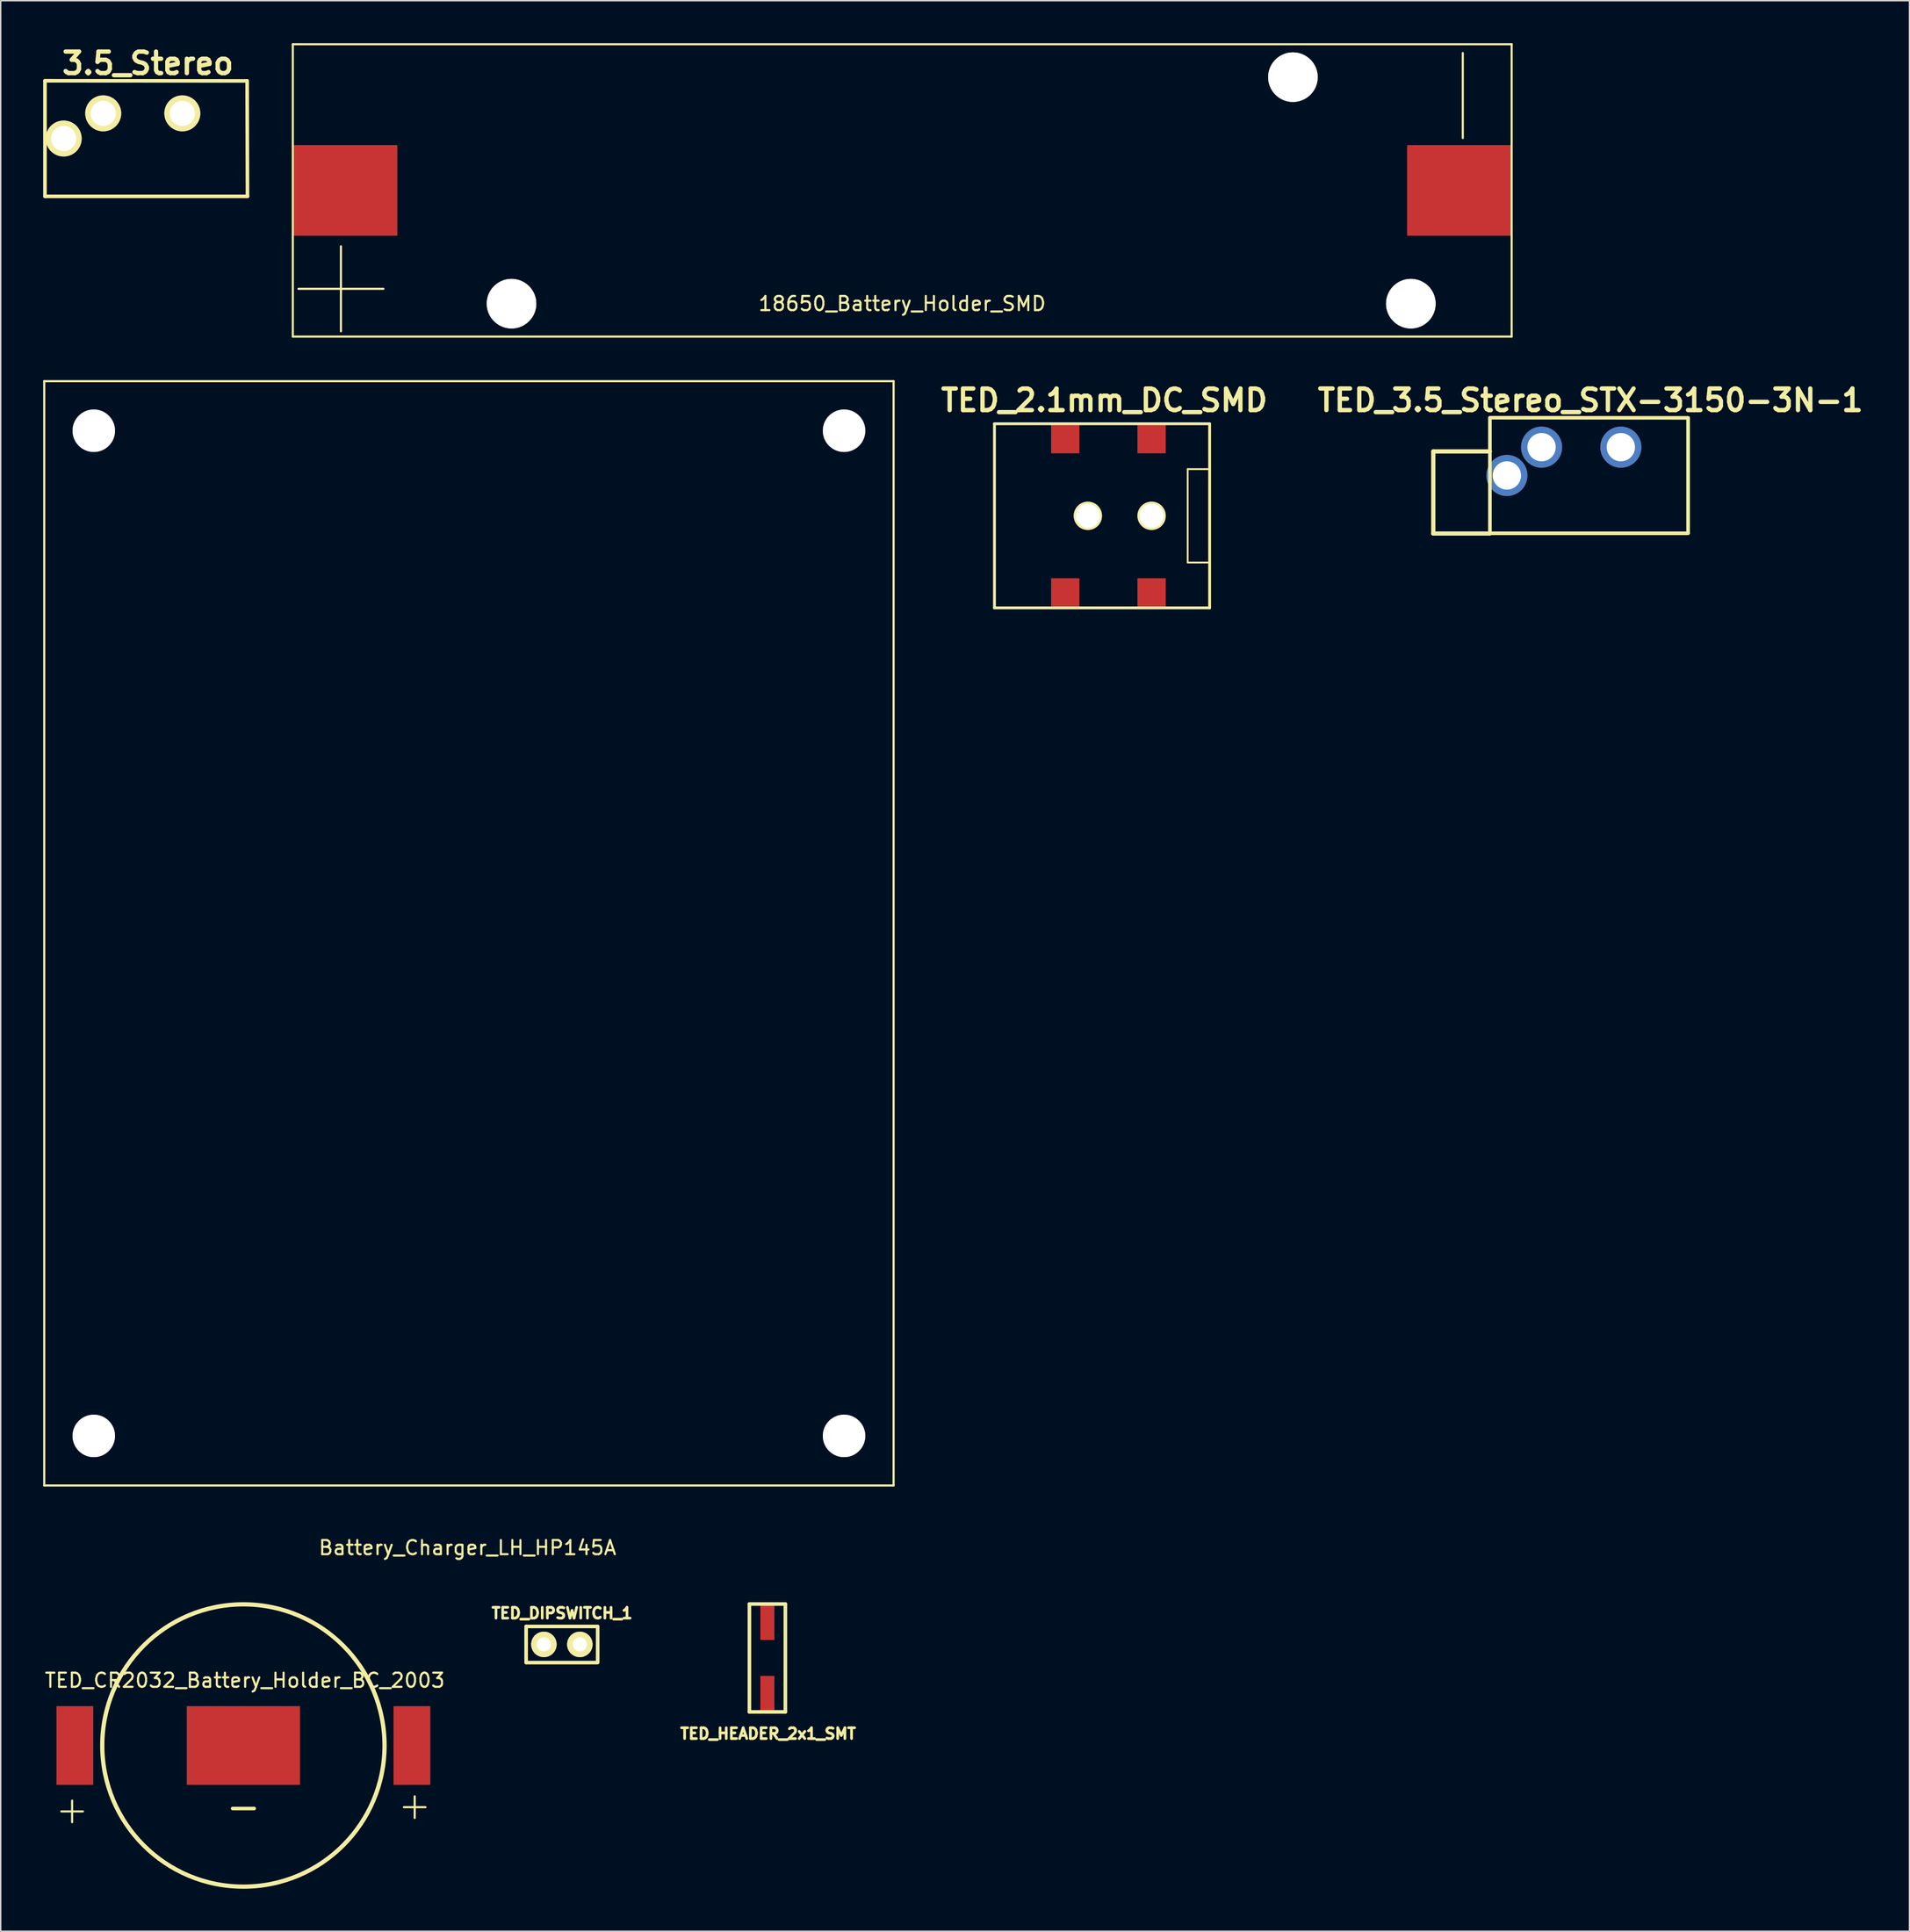
<source format=kicad_pcb>
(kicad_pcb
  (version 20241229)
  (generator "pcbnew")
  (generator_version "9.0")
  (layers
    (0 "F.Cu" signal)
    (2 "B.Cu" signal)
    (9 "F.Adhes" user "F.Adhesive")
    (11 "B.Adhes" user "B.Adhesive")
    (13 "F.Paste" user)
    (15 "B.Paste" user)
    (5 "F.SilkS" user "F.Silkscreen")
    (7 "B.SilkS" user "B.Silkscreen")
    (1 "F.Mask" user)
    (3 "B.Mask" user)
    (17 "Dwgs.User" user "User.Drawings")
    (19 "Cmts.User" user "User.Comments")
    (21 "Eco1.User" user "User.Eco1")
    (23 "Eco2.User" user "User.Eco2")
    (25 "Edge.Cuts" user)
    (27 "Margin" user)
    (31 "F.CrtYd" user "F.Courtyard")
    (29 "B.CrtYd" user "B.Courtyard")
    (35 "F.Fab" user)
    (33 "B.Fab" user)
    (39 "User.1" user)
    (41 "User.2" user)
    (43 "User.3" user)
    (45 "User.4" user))
  (footprint "18650_Battery_Holder_SMD"
    (layer "F.Cu")
    (at 60.684 10.4)
    (property "Reference" "18650_Battery_Holder_SMD" (at 0 8 0) (layer "F.SilkS") (effects (font (size 1 1) (thickness 0.15))))
    (attr through_hole)
    (fp_line (start -43.05 -10.325) (end -43.05 10.325) (stroke (width 0.15) (type solid)) (layer "F.SilkS"))
    (fp_line (start -43.05 -10.325) (end 43.05 -10.325) (stroke (width 0.15) (type solid)) (layer "F.SilkS"))
    (fp_line (start -43.05 10.325) (end 43.05 10.325) (stroke (width 0.15) (type solid)) (layer "F.SilkS"))
    (fp_line (start -39.65 9.95) (end -39.65 3.95) (stroke (width 0.15) (type solid)) (layer "F.SilkS"))
    (fp_line (start -36.65 6.95) (end -42.65 6.95) (stroke (width 0.15) (type solid)) (layer "F.SilkS"))
    (fp_line (start 39.6 -3.7) (end 39.6 -9.7) (stroke (width 0.15) (type solid)) (layer "F.SilkS"))
    (fp_line (start 43.05 -10.325) (end 43.05 10.325) (stroke (width 0.15) (type solid)) (layer "F.SilkS"))
    (pad "" np_thru_hole circle (at -27.6 8) (size 3.5 3.5) (drill 3.5) (layers "*.Cu" "*.Mask" "F.SilkS"))
    (pad "" np_thru_hole circle (at 27.6 -8) (size 3.5 3.5) (drill 3.5) (layers "*.Cu" "*.Mask" "F.SilkS"))
    (pad "" np_thru_hole circle (at 35.93 8) (size 3.5 3.5) (drill 3.5) (layers "*.Cu" "*.Mask" "F.SilkS"))
    (pad "1" smd rect (at -39.335 0) (size 7.34 6.4) (layers "F.Cu" "F.Mask" "F.Paste"))
    (pad "2" smd rect (at 39.335 0) (size 7.34 6.4) (layers "F.Cu" "F.Mask" "F.Paste")))
  (footprint "TED_3.5_Stereo_STX-3150-3N-1"
    (layer "F.Cu")
    (at 109.199 30.535)
    (property "Reference" "TED_3.5_Stereo_STX-3150-3N-1" (at 0.102 -5.309 0) (layer "F.SilkS") (effects (font (size 1.524 1.524) (thickness 0.305))))
    (attr through_hole)
    (fp_line (start -11 -1.7) (end -11 4.1) (stroke (width 0.3) (type solid)) (layer "F.SilkS"))
    (fp_line (start -11 4.1) (end -7 4.1) (stroke (width 0.3) (type solid)) (layer "F.SilkS"))
    (fp_line (start -7 -4.05) (end -7 4.05) (stroke (width 0.254) (type solid)) (layer "F.SilkS"))
    (fp_line (start -7 -1.7) (end -11 -1.7) (stroke (width 0.3) (type solid)) (layer "F.SilkS"))
    (fp_line (start -7 4.084) (end 7 4.084) (stroke (width 0.254) (type solid)) (layer "F.SilkS"))
    (fp_line (start 7 -4.069) (end -7 -4.079) (stroke (width 0.254) (type solid)) (layer "F.SilkS"))
    (fp_line (start 7 4.05) (end 7 -4.05) (stroke (width 0.254) (type solid)) (layer "F.SilkS"))
    (pad "1" thru_hole circle (at -5.8 0) (size 2.9 2.9) (drill 2) (layers "*.Cu" "*.Mask"))
    (pad "2" thru_hole circle (at 2.25 -2) (size 2.9 2.9) (drill 2) (layers "*.Cu" "*.Mask"))
    (pad "3" thru_hole circle (at -3.35 -2) (size 2.9 2.9) (drill 2) (layers "*.Cu" "*.Mask")))
  (footprint "TED_2.1mm_DC_SMD"
    (layer "F.Cu")
    (at 74.8 33.385)
    (property "Reference" "TED_2.1mm_DC_SMD" (at 0.157 -8.158 0) (layer "F.SilkS") (effects (font (size 1.524 1.524) (thickness 0.305))))
    (attr through_hole)
    (fp_line (start -7.6 -6.502) (end 7.6 -6.502) (stroke (width 0.201) (type solid)) (layer "F.SilkS"))
    (fp_line (start -7.6 6.502) (end -7.6 -6.502) (stroke (width 0.201) (type solid)) (layer "F.SilkS"))
    (fp_line (start 6.05 -3.3) (end 6.05 3.3) (stroke (width 0.127) (type solid)) (layer "F.SilkS"))
    (fp_line (start 6.05 3.3) (end 7.575 3.3) (stroke (width 0.127) (type solid)) (layer "F.SilkS"))
    (fp_line (start 7.6 -6.502) (end 7.6 6.502) (stroke (width 0.201) (type solid)) (layer "F.SilkS"))
    (fp_line (start 7.6 6.502) (end -7.6 6.502) (stroke (width 0.201) (type solid)) (layer "F.SilkS"))
    (fp_line (start 7.6 -3.3) (end 6.05 -3.3) (stroke (width 0.127) (type solid)) (layer "F.SilkS"))
    (pad "" np_thru_hole circle (at -1.001 0) (size 1.999 1.999) (drill 1.699) (layers "*.Cu" "*.Mask" "F.SilkS"))
    (pad "" np_thru_hole circle (at 3.5 0) (size 1.999 1.999) (drill 1.699) (layers "*.Cu" "*.Mask" "F.SilkS"))
    (pad "1" smd rect (at -2.601 5.41) (size 1.999 1.999) (layers "F.Cu" "F.Mask" "F.Paste"))
    (pad "1" smd rect (at 3.5 5.41) (size 1.999 1.999) (layers "F.Cu" "F.Mask" "F.Paste"))
    (pad "2" smd rect (at 3.5 -5.415) (size 1.999 1.999) (layers "F.Cu" "F.Mask" "F.Paste"))
    (pad "3" smd rect (at -2.601 -5.415) (size 1.999 1.999) (layers "F.Cu" "F.Mask" "F.Paste")))
  (footprint "TED_HEADER_2x1_SMT"
    (layer "F.Cu")
    (at 51.159 114.06)
    (property "Reference" "TED_HEADER_2x1_SMT" (at 0.05 5.35 0) (layer "F.SilkS") (effects (font (size 0.762 0.762) (thickness 0.191))))
    (attr through_hole)
    (fp_line (start -1.27 3.81) (end -1.27 -3.81) (stroke (width 0.254) (type solid)) (layer "F.SilkS"))
    (fp_line (start 1.27 -3.81) (end -1.27 -3.81) (stroke (width 0.254) (type solid)) (layer "F.SilkS"))
    (fp_line (start 1.27 -3.81) (end 1.27 3.81) (stroke (width 0.254) (type solid)) (layer "F.SilkS"))
    (fp_line (start 1.27 3.81) (end -1.27 3.81) (stroke (width 0.254) (type solid)) (layer "F.SilkS"))
    (pad "1" smd rect (at 0 2.54) (size 0.991 2.54) (layers "F.Cu" "F.Mask" "F.Paste"))
    (pad "2" smd rect (at 0 -2.54) (size 0.991 2.54) (layers "F.Cu" "F.Mask" "F.Paste")))
  (footprint "TED_DIPSWITCH_1"
    (layer "F.Cu")
    (at 36.651 113.103)
    (property "Reference" "TED_DIPSWITCH_1" (at 0 -2.2 0) (layer "F.SilkS") (effects (font (size 0.762 0.762) (thickness 0.191))))
    (attr through_hole)
    (fp_line (start -2.535 1.285) (end -2.535 -1.275) (stroke (width 0.254) (type solid)) (layer "F.SilkS"))
    (fp_line (start 2.5 -1.27) (end -2.5 -1.27) (stroke (width 0.254) (type solid)) (layer "F.SilkS"))
    (fp_line (start 2.5 1.285) (end -2.5 1.285) (stroke (width 0.254) (type solid)) (layer "F.SilkS"))
    (fp_line (start 2.52 -1.27) (end 2.52 1.27) (stroke (width 0.254) (type solid)) (layer "F.SilkS"))
    (pad "1" thru_hole circle (at -1.28 0) (size 1.8 1.8) (drill 1) (layers "*.Cu" "*.Mask" "F.SilkS"))
    (pad "2" thru_hole circle (at 1.26 0) (size 1.8 1.8) (drill 1) (layers "*.Cu" "*.Mask" "F.SilkS")))
  (footprint "3.5_Stereo"
    (layer "F.Cu")
    (at 7.29 6.735)
    (property "Reference" "3.5_Stereo" (at 0.102 -5.309 0) (layer "F.SilkS") (effects (font (size 1.524 1.524) (thickness 0.305))))
    (attr through_hole)
    (fp_line (start -7.163 -4.079) (end -7.163 4.084) (stroke (width 0.254) (type solid)) (layer "F.SilkS"))
    (fp_line (start -7.163 4.084) (end 7.142 4.084) (stroke (width 0.254) (type solid)) (layer "F.SilkS"))
    (fp_line (start 7.112 -4.069) (end -7.163 -4.079) (stroke (width 0.254) (type solid)) (layer "F.SilkS"))
    (fp_line (start 7.142 4.084) (end 7.117 -4.074) (stroke (width 0.254) (type solid)) (layer "F.SilkS"))
    (pad "1" thru_hole circle (at -5.842 0) (size 2.54 2.54) (drill 1.778) (layers "*.Mask" "B.Cu" "F.SilkS"))
    (pad "2" thru_hole circle (at 2.54 -1.778) (size 2.54 2.54) (drill 1.778) (layers "*.Mask" "B.Cu" "F.SilkS"))
    (pad "3" thru_hole circle (at -3.048 -1.778) (size 2.54 2.54) (drill 1.778) (layers "*.Mask" "B.Cu" "F.SilkS")))
  (footprint "Battery_Charger_LH_HP145A"
    (layer "F.Cu")
    (at 30.075 62.875)
    (property "Reference" "Battery_Charger_LH_HP145A" (at -0.1 43.4 0) (layer "F.SilkS") (effects (font (size 1 1) (thickness 0.15))))
    (attr through_hole)
    (fp_line (start -30 -39) (end -30 39) (stroke (width 0.15) (type solid)) (layer "F.SilkS"))
    (fp_line (start -30 -39) (end 30 -39) (stroke (width 0.15) (type solid)) (layer "F.SilkS"))
    (fp_line (start -30 39) (end 30 39) (stroke (width 0.15) (type solid)) (layer "F.SilkS"))
    (fp_line (start 30 -39) (end 30 39) (stroke (width 0.15) (type solid)) (layer "F.SilkS"))
    (pad "1" thru_hole circle (at -26.5 -35.5) (size 3 3) (drill 3) (layers "*.Cu" "*.Mask"))
    (pad "1" thru_hole circle (at -26.5 35.5) (size 3 3) (drill 3) (layers "*.Cu" "*.Mask"))
    (pad "1" thru_hole circle (at 26.5 -35.5) (size 3 3) (drill 3) (layers "*.Cu" "*.Mask"))
    (pad "1" thru_hole circle (at 26.5 35.5) (size 3 3) (drill 3) (layers "*.Cu" "*.Mask")))
  (footprint "TED_CR2032_Battery_Holder_BC_2003"
    (layer "F.Cu")
    (at 14.144 120.243)
    (property "Reference" "TED_CR2032_Battery_Holder_BC_2003" (at 0.1 -4.6 0) (layer "F.SilkS") (effects (font (size 1 1) (thickness 0.15))))
    (attr through_hole)
    (fp_circle (center 0 0) (end 7.05 7.05) (stroke (width 0.3) (type solid)) (fill no) (layer "F.SilkS"))
    (fp_text user "-" (at 0 4.3 0) (layer "F.SilkS") (effects (font (size 2 2) (thickness 0.25))))
    (fp_text user "+" (at -12.1 4.5 0) (layer "F.SilkS") (effects (font (size 2 2) (thickness 0.15))))
    (fp_text user "+" (at 12.1 4.2 0) (layer "F.SilkS") (effects (font (size 2 2) (thickness 0.15))))
    (pad "1" smd rect (at -11.905 0) (size 2.6 5.56) (layers "F.Cu" "F.Mask" "F.Paste"))
    (pad "1" smd rect (at 11.905 0) (size 2.6 5.56) (layers "F.Cu" "F.Mask" "F.Paste"))
    (pad "2" smd rect (at 0 0) (size 8 5.56) (layers "F.Cu" "F.Mask" "F.Paste")))
  (gr_rect
    (start -3 -3)
    (end 131.837 133.364)
    (stroke (width 0.1) (type default))
    (fill no)
    (layer "Edge.Cuts")))
</source>
